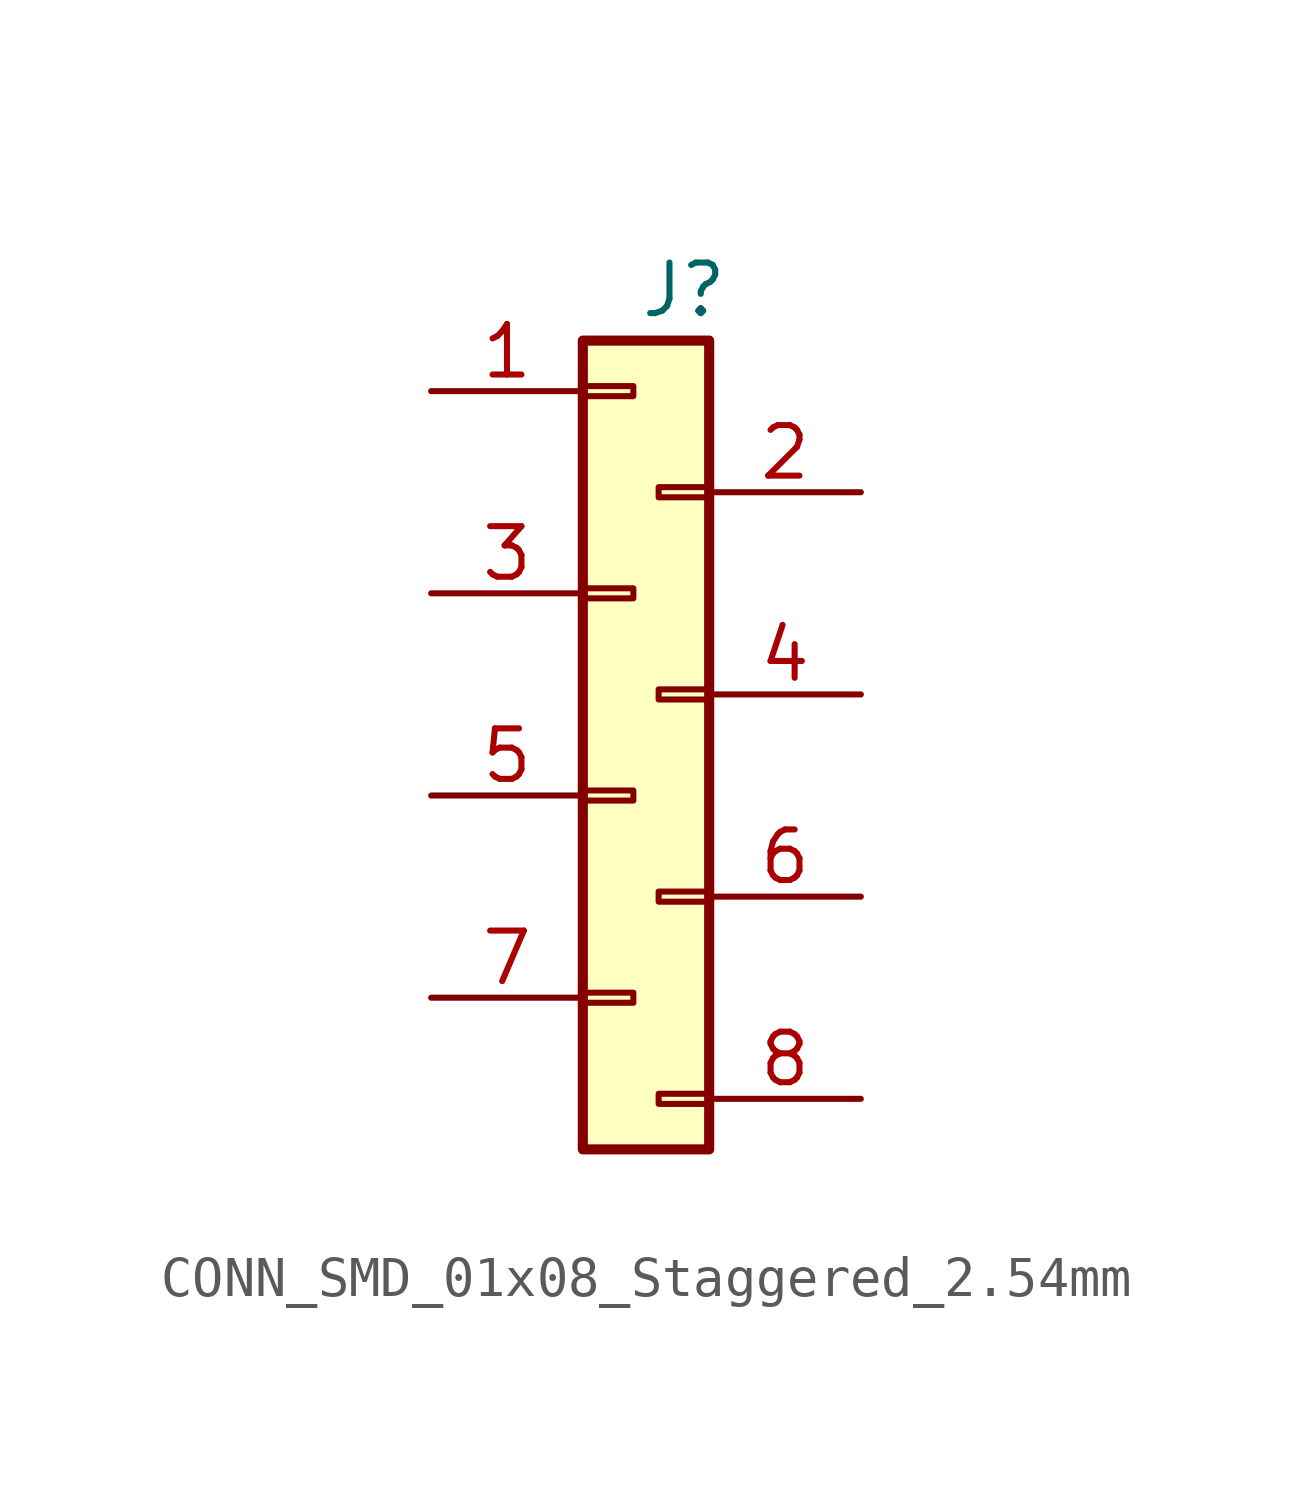
<source format=kicad_sym>
(kicad_symbol_lib
  (version 20241209)
  (generator "kicad_symbol_editor")
  (generator_version "9.0")
  (symbol "CONN_SMD_01x08_Staggered_2.54mm"
    (pin_names
      (offset 1.016)
      (hide yes))
    (property "Reference" "J"
      (at 1.27 10.16 0)
      (effects (font (size 1.27 1.27))))
    (symbol "CONN_SMD_01x08_Staggered_2.54mm_1_1"
      (rectangle (start -1.27 8.89) (end 1.905 -11.43) (stroke (width 0.254) (type solid)) (fill (type background)))
      (rectangle (start -1.27 7.747) (end 0 7.493) (stroke (width 0.152) (type solid)) (fill (type none)))
      (rectangle (start -1.27 2.667) (end 0 2.413) (stroke (width 0.152) (type solid)) (fill (type none)))
      (rectangle (start -1.27 -2.413) (end 0 -2.667) (stroke (width 0.152) (type solid)) (fill (type none)))
      (rectangle (start -1.27 -7.493) (end 0 -7.747) (stroke (width 0.152) (type solid)) (fill (type none)))
      (rectangle (start 1.905 5.207) (end 0.635 4.953) (stroke (width 0.152) (type solid)) (fill (type none)))
      (rectangle (start 1.905 0.127) (end 0.635 -0.127) (stroke (width 0.152) (type solid)) (fill (type none)))
      (rectangle (start 1.905 -4.953) (end 0.635 -5.207) (stroke (width 0.152) (type solid)) (fill (type none)))
      (rectangle (start 1.905 -10.033) (end 0.635 -10.287) (stroke (width 0.152) (type solid)) (fill (type none)))
      (pin passive line (at -5.08 7.62 0) (length 3.81) (name "Pin_1" (effects (font (size 1.27 1.27)))) (number "1" (effects (font (size 1.27 1.27)))))
      (pin passive line (at -5.08 2.54 0) (length 3.81) (name "Pin_3" (effects (font (size 1.27 1.27)))) (number "3" (effects (font (size 1.27 1.27)))))
      (pin passive line (at -5.08 -2.54 0) (length 3.81) (name "Pin_5" (effects (font (size 1.27 1.27)))) (number "5" (effects (font (size 1.27 1.27)))))
      (pin passive line (at -5.08 -7.62 0) (length 3.81) (name "Pin_7" (effects (font (size 1.27 1.27)))) (number "7" (effects (font (size 1.27 1.27)))))
      (pin passive line (at 5.715 5.08 180) (length 3.81) (name "Pin_2" (effects (font (size 1.27 1.27)))) (number "2" (effects (font (size 1.27 1.27)))))
      (pin passive line (at 5.715 0 180) (length 3.81) (name "Pin_4" (effects (font (size 1.27 1.27)))) (number "4" (effects (font (size 1.27 1.27)))))
      (pin passive line (at 5.715 -5.08 180) (length 3.81) (name "Pin_6" (effects (font (size 1.27 1.27)))) (number "6" (effects (font (size 1.27 1.27)))))
      (pin passive line (at 5.715 -10.16 180) (length 3.81) (name "Pin_8" (effects (font (size 1.27 1.27)))) (number "8" (effects (font (size 1.27 1.27))))))))
</source>
